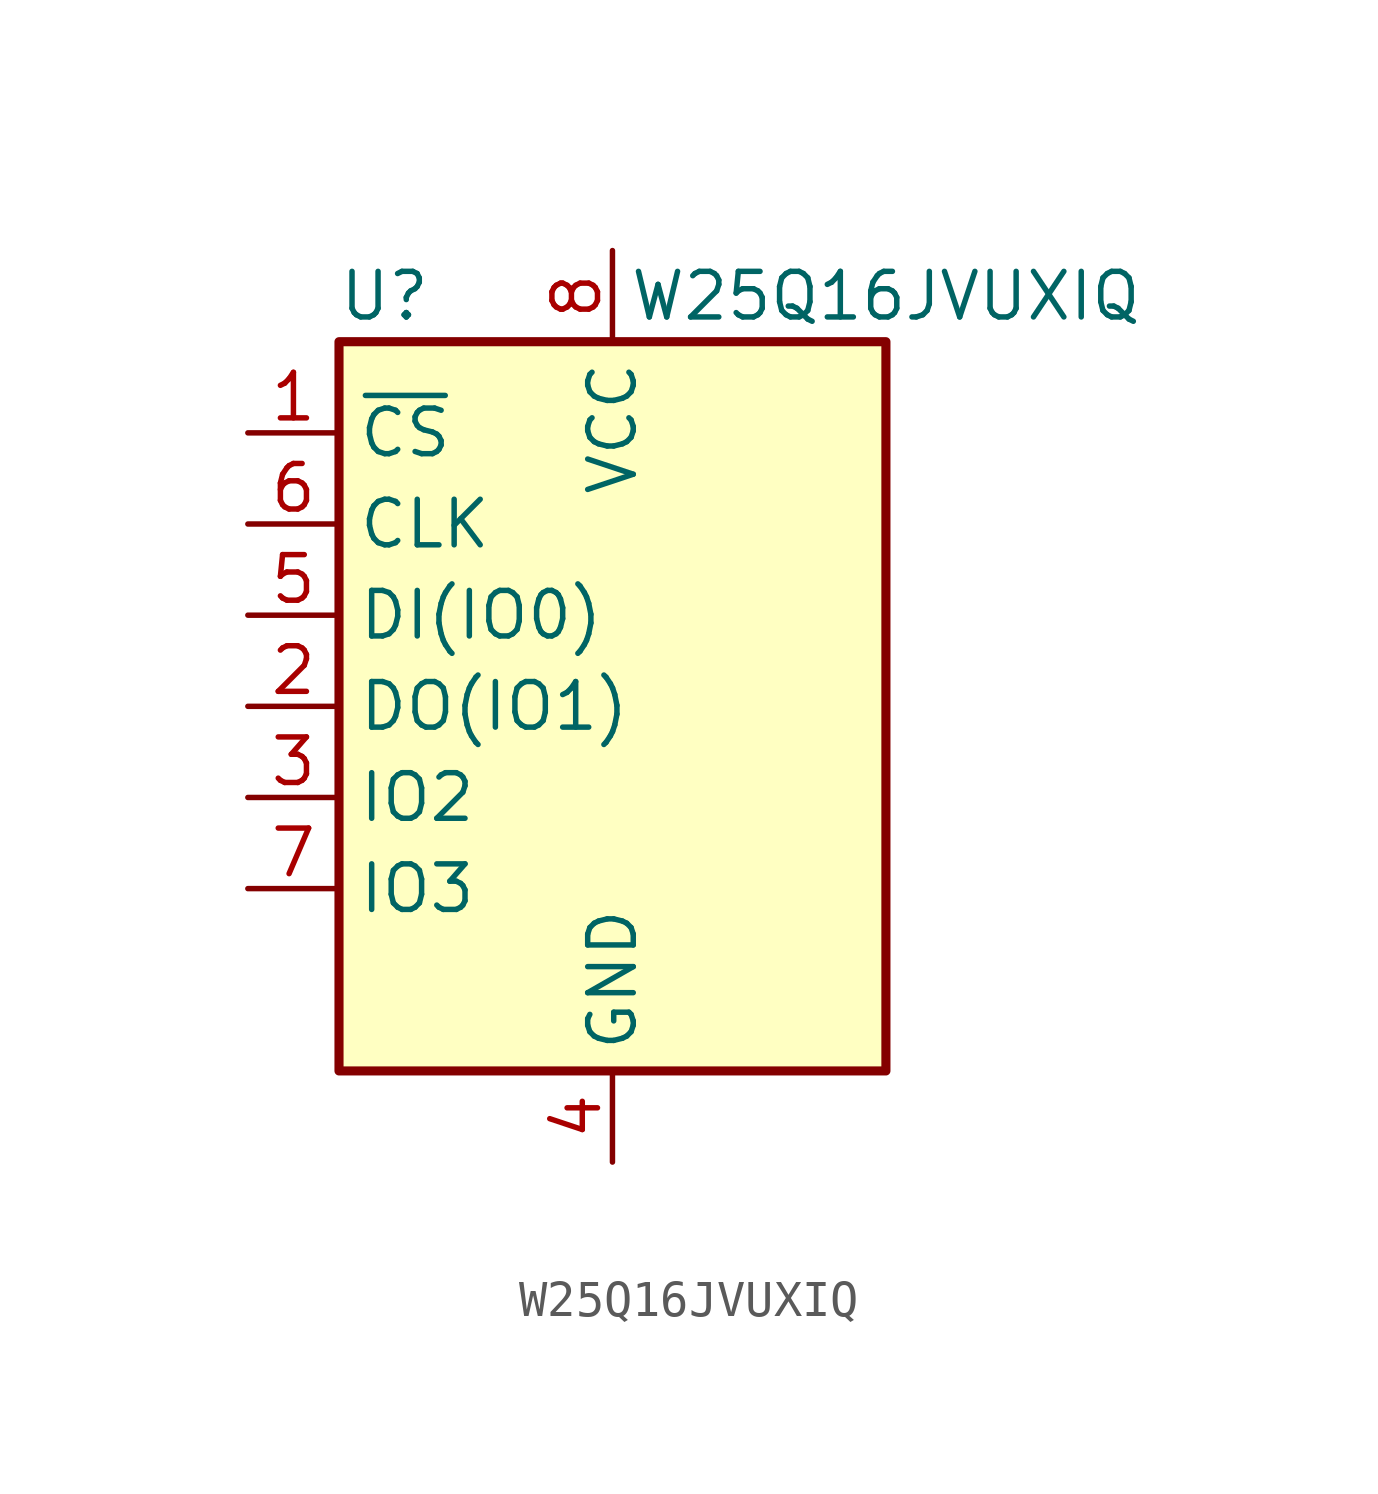
<source format=kicad_sym>
(kicad_symbol_lib
  (version 20231120)
  (generator "kicad_symbol_editor")
  (generator_version "8.0")
  (symbol "W25Q16JVUXIQ"
    (property "Reference" "U"
      (at -6.35 11.43 0)
      (effects (font (size 1.27 1.27))))
    (property "Value" "W25Q16JVUXIQ"
      (at 7.62 11.43 0)
      (effects (font (size 1.27 1.27))))
    (symbol "W25Q16JVUXIQ_0_1"
      (rectangle (start -7.62 10.16) (end 7.62 -10.16) (stroke (width 0.254) (type default)) (fill (type background))))
    (symbol "W25Q16JVUXIQ_1_1"
      (pin input line (at -10.16 7.62 0) (length 2.54) (name "~{CS}" (effects (font (size 1.27 1.27)))) (number "1" (effects (font (size 1.27 1.27)))))
      (pin bidirectional line (at -10.16 0 0) (length 2.54) (name "DO(IO1)" (effects (font (size 1.27 1.27)))) (number "2" (effects (font (size 1.27 1.27)))))
      (pin bidirectional line (at -10.16 -2.54 0) (length 2.54) (name "IO2" (effects (font (size 1.27 1.27)))) (number "3" (effects (font (size 1.27 1.27)))))
      (pin power_in line (at 0 -12.7 90) (length 2.54) (name "GND" (effects (font (size 1.27 1.27)))) (number "4" (effects (font (size 1.27 1.27)))))
      (pin bidirectional line (at -10.16 2.54 0) (length 2.54) (name "DI(IO0)" (effects (font (size 1.27 1.27)))) (number "5" (effects (font (size 1.27 1.27)))))
      (pin input line (at -10.16 5.08 0) (length 2.54) (name "CLK" (effects (font (size 1.27 1.27)))) (number "6" (effects (font (size 1.27 1.27)))))
      (pin bidirectional line (at -10.16 -5.08 0) (length 2.54) (name "IO3" (effects (font (size 1.27 1.27)))) (number "7" (effects (font (size 1.27 1.27)))))
      (pin power_in line (at 0 12.7 270) (length 2.54) (name "VCC" (effects (font (size 1.27 1.27)))) (number "8" (effects (font (size 1.27 1.27))))))))
</source>
